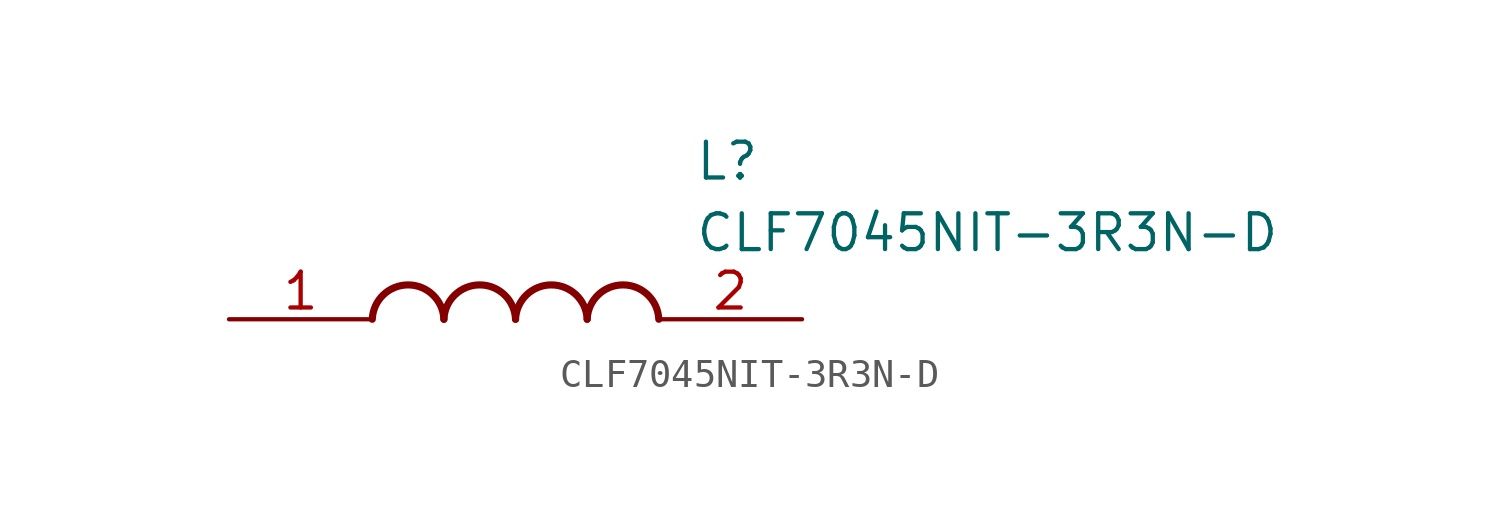
<source format=kicad_sym>
(kicad_symbol_lib
  (version 20211014)
  (generator SamacSys_ECAD_Model)
  (symbol "CLF7045NIT-3R3N-D"
    (pin_names hide)
    (property "Reference" "L"
      (at 16.51 6.35 0)
      (effects (font (size 1.27 1.27)) (justify left top)))
    (property "Value" "CLF7045NIT-3R3N-D"
      (at 16.51 3.81 0)
      (effects (font (size 1.27 1.27)) (justify left top)))
    (arc
      (start 7.62 0)
      (mid 6.35 1.219)
      (end 5.08 0)
      (stroke (width 0.254) (type default))
      (fill (type none)))
    (arc
      (start 10.16 0)
      (mid 8.89 1.219)
      (end 7.62 0)
      (stroke (width 0.254) (type default))
      (fill (type none)))
    (arc
      (start 12.7 0)
      (mid 11.43 1.219)
      (end 10.16 0)
      (stroke (width 0.254) (type default))
      (fill (type none)))
    (arc
      (start 15.24 0)
      (mid 13.97 1.219)
      (end 12.7 0)
      (stroke (width 0.254) (type default))
      (fill (type none)))
    (pin passive line
      (at 0 0 0)
      (length 5.08)
      (name "1" (effects (font (size 1.27 1.27))))
      (number "1" (effects (font (size 1.27 1.27)))))
    (pin passive line
      (at 20.32 0 180)
      (length 5.08)
      (name "2" (effects (font (size 1.27 1.27))))
      (number "2" (effects (font (size 1.27 1.27)))))))
</source>
